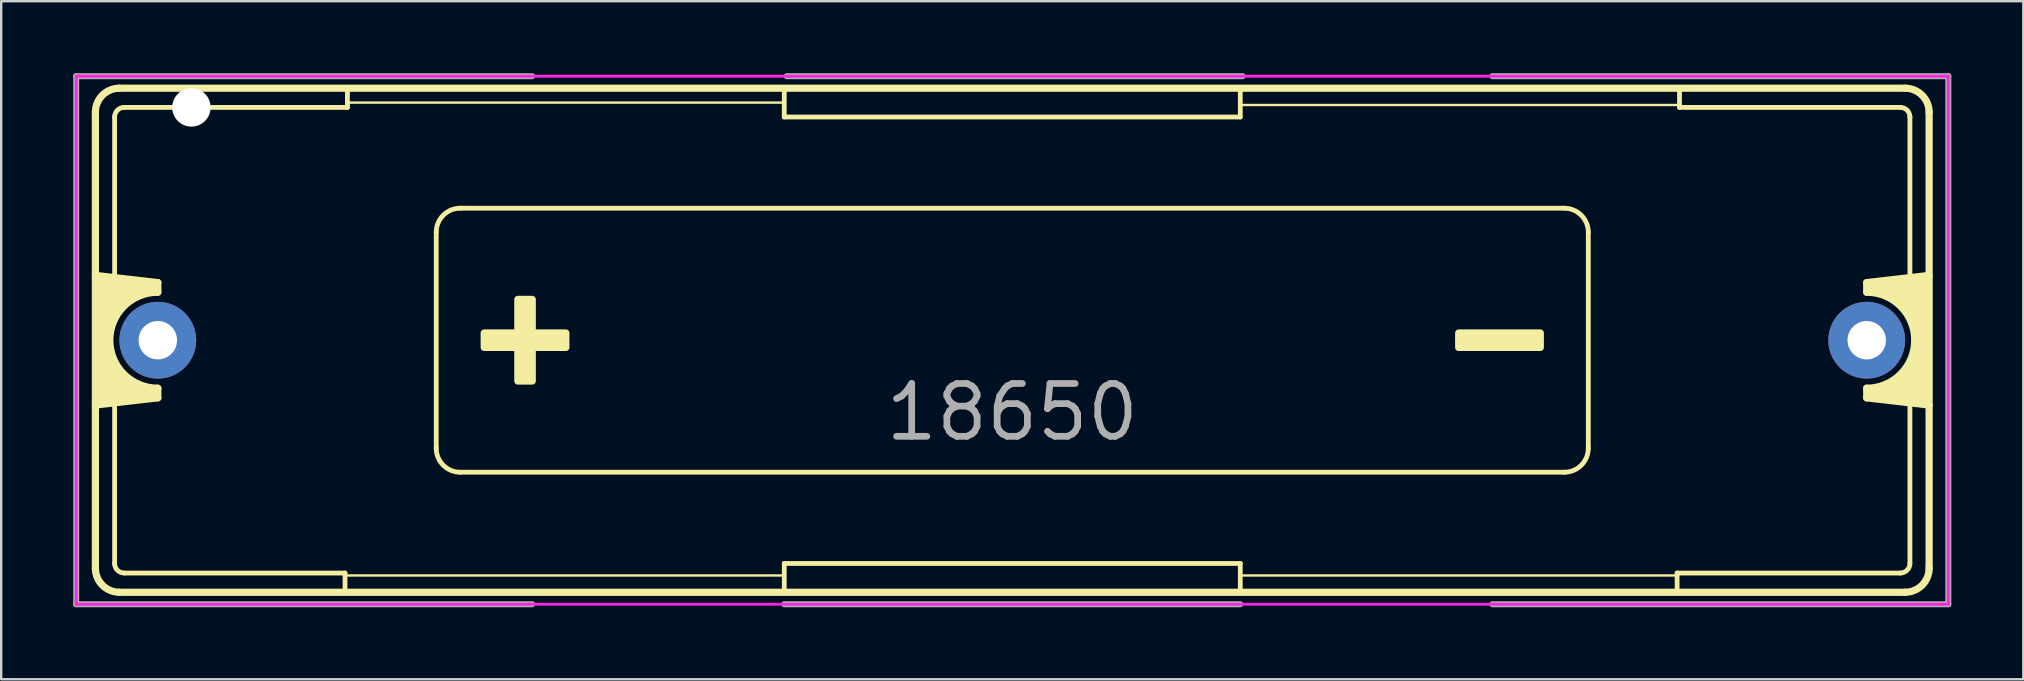
<source format=kicad_pcb>
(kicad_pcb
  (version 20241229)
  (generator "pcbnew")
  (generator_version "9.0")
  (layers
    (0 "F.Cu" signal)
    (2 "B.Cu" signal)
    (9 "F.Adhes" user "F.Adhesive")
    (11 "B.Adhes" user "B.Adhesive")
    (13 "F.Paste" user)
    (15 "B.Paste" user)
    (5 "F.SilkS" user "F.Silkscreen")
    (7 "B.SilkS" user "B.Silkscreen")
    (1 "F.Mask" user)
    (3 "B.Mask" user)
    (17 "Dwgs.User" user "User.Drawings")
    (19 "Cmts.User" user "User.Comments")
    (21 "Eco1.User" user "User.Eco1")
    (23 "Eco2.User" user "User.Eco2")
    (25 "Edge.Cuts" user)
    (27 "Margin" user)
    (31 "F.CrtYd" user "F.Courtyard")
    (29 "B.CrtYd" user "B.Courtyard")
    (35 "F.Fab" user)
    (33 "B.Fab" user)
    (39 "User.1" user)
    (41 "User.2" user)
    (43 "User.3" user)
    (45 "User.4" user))
  (footprint "18650"
    (layer "F.Cu")
    (at 39.125 11.125)
    (property "Reference" "18650" (at 0 3 0) (layer "F.Fab") (effects (font (size 2.2 2.2) (thickness 0.28))))
    (attr through_hole)
    (fp_line (start -38.2 9.5) (end -38.2 -9.5) (stroke (width 0.3) (type solid)) (layer "F.SilkS"))
    (fp_line (start -37.4 -9.3) (end -37.4 -2.4) (stroke (width 0.2) (type solid)) (layer "F.SilkS"))
    (fp_line (start -37.4 9.3) (end -37.4 2.4) (stroke (width 0.2) (type solid)) (layer "F.SilkS"))
    (fp_line (start -37.2 10.5) (end 37.2 10.5) (stroke (width 0.3) (type solid)) (layer "F.SilkS"))
    (fp_line (start -37 -9.7) (end -27.7 -9.7) (stroke (width 0.2) (type solid)) (layer "F.SilkS"))
    (fp_line (start -37 9.7) (end -27.8 9.7) (stroke (width 0.2) (type solid)) (layer "F.SilkS"))
    (fp_line (start -35.6 -2.4) (end -38.2 -2.7) (stroke (width 0.3) (type solid)) (layer "F.SilkS"))
    (fp_line (start -35.6 -2.4) (end -35.6 -2) (stroke (width 0.3) (type solid)) (layer "F.SilkS"))
    (fp_line (start -35.6 2.4) (end -38.2 2.7) (stroke (width 0.3) (type solid)) (layer "F.SilkS"))
    (fp_line (start -35.6 2.4) (end -35.6 2) (stroke (width 0.3) (type solid)) (layer "F.SilkS"))
    (fp_line (start -27.8 9.8) (end -9.5 9.8) (stroke (width 0.1) (type solid)) (layer "F.SilkS"))
    (fp_line (start -27.8 10.5) (end -27.8 9.7) (stroke (width 0.2) (type solid)) (layer "F.SilkS"))
    (fp_line (start -27.7 -10.5) (end -27.7 -9.8) (stroke (width 0.2) (type solid)) (layer "F.SilkS"))
    (fp_line (start -27.7 -9.9) (end -9.5 -9.9) (stroke (width 0.1) (type solid)) (layer "F.SilkS"))
    (fp_line (start -27.7 -9.8) (end -27.7 -9.7) (stroke (width 0.2) (type solid)) (layer "F.SilkS"))
    (fp_line (start -24 -4.5) (end -24 4.5) (stroke (width 0.2) (type solid)) (layer "F.SilkS"))
    (fp_line (start -23 5.5) (end 23 5.5) (stroke (width 0.2) (type solid)) (layer "F.SilkS"))
    (fp_line (start -9.5 -10.5) (end -9.5 -9.3) (stroke (width 0.2) (type solid)) (layer "F.SilkS"))
    (fp_line (start -9.5 -9.3) (end 9.5 -9.3) (stroke (width 0.2) (type solid)) (layer "F.SilkS"))
    (fp_line (start -9.5 9.3) (end 9.5 9.3) (stroke (width 0.2) (type solid)) (layer "F.SilkS"))
    (fp_line (start -9.5 10.5) (end -9.5 9.3) (stroke (width 0.2) (type solid)) (layer "F.SilkS"))
    (fp_line (start 9.5 -9.8) (end 27.8 -9.8) (stroke (width 0.1) (type solid)) (layer "F.SilkS"))
    (fp_line (start 9.5 -9.3) (end 9.5 -10.5) (stroke (width 0.2) (type solid)) (layer "F.SilkS"))
    (fp_line (start 9.5 9.3) (end 9.5 10.5) (stroke (width 0.2) (type solid)) (layer "F.SilkS"))
    (fp_line (start 23 -5.5) (end -23 -5.5) (stroke (width 0.2) (type solid)) (layer "F.SilkS"))
    (fp_line (start 24 4.5) (end 24 -4.5) (stroke (width 0.2) (type solid)) (layer "F.SilkS"))
    (fp_line (start 27.7 9.7) (end 27.7 10.5) (stroke (width 0.2) (type solid)) (layer "F.SilkS"))
    (fp_line (start 27.7 9.7) (end 37 9.7) (stroke (width 0.2) (type solid)) (layer "F.SilkS"))
    (fp_line (start 27.7 9.8) (end 9.5 9.8) (stroke (width 0.1) (type solid)) (layer "F.SilkS"))
    (fp_line (start 27.8 -9.7) (end 27.8 -10.5) (stroke (width 0.2) (type solid)) (layer "F.SilkS"))
    (fp_line (start 35.6 -2.4) (end 35.6 -2) (stroke (width 0.3) (type solid)) (layer "F.SilkS"))
    (fp_line (start 35.6 -2.4) (end 38.2 -2.7) (stroke (width 0.3) (type solid)) (layer "F.SilkS"))
    (fp_line (start 35.6 2.4) (end 35.6 2) (stroke (width 0.3) (type solid)) (layer "F.SilkS"))
    (fp_line (start 35.6 2.4) (end 38.2 2.7) (stroke (width 0.3) (type solid)) (layer "F.SilkS"))
    (fp_line (start 37 -9.7) (end 27.8 -9.7) (stroke (width 0.2) (type solid)) (layer "F.SilkS"))
    (fp_line (start 37.2 -10.5) (end -37.2 -10.5) (stroke (width 0.3) (type solid)) (layer "F.SilkS"))
    (fp_line (start 37.4 -9.3) (end 37.4 -2.4) (stroke (width 0.2) (type solid)) (layer "F.SilkS"))
    (fp_line (start 37.4 9.3) (end 37.4 2.4) (stroke (width 0.2) (type solid)) (layer "F.SilkS"))
    (fp_line (start 38.2 -9.5) (end 38.2 9.5) (stroke (width 0.3) (type solid)) (layer "F.SilkS"))
    (fp_arc (start -38.2 -9.5) (mid -37.907107 -10.207107) (end -37.2 -10.5) (stroke (width 0.3) (type solid)) (layer "F.SilkS"))
    (fp_arc (start -37.4 -9.3) (mid -37.282843 -9.582843) (end -37 -9.7) (stroke (width 0.2) (type solid)) (layer "F.SilkS"))
    (fp_arc (start -37.2 10.5) (mid -37.907107 10.207107) (end -38.2 9.5) (stroke (width 0.3) (type solid)) (layer "F.SilkS"))
    (fp_arc (start -37 9.7) (mid -37.282843 9.582843) (end -37.4 9.3) (stroke (width 0.2) (type solid)) (layer "F.SilkS"))
    (fp_arc (start -35.6 2) (mid -37.6 0) (end -35.6 -2) (stroke (width 0.3) (type solid)) (layer "F.SilkS"))
    (fp_arc (start -24 -4.5) (mid -23.707107 -5.207107) (end -23 -5.5) (stroke (width 0.2) (type solid)) (layer "F.SilkS"))
    (fp_arc (start -23 5.5) (mid -23.707107 5.207107) (end -24 4.5) (stroke (width 0.2) (type solid)) (layer "F.SilkS"))
    (fp_arc (start 23 -5.5) (mid 23.707107 -5.207107) (end 24 -4.5) (stroke (width 0.2) (type solid)) (layer "F.SilkS"))
    (fp_arc (start 24 4.5) (mid 23.707107 5.207107) (end 23 5.5) (stroke (width 0.2) (type solid)) (layer "F.SilkS"))
    (fp_arc (start 35.6 -2) (mid 37.6 0) (end 35.6 2) (stroke (width 0.3) (type solid)) (layer "F.SilkS"))
    (fp_arc (start 37 -9.7) (mid 37.282843 -9.582843) (end 37.4 -9.3) (stroke (width 0.2) (type solid)) (layer "F.SilkS"))
    (fp_arc (start 37.2 -10.5) (mid 37.907107 -10.207107) (end 38.2 -9.5) (stroke (width 0.3) (type solid)) (layer "F.SilkS"))
    (fp_arc (start 37.4 9.3) (mid 37.282843 9.582843) (end 37 9.7) (stroke (width 0.2) (type solid)) (layer "F.SilkS"))
    (fp_arc (start 38.2 9.5) (mid 37.907107 10.207107) (end 37.2 10.5) (stroke (width 0.3) (type solid)) (layer "F.SilkS"))
    (fp_poly (pts (xy 18.6 -0.3) (xy 22 -0.3) (xy 22 0.3) (xy 18.6 0.3)) (stroke (width 0.3) (type solid)) (fill yes) (layer "F.SilkS"))
    (fp_poly (pts (xy -38.2 2.7) (xy -35.6 2.4) (xy -35.6 2) (xy -36.7 1.8) (xy -37.5 1) (xy -37.7 0) (xy -37.5 -1) (xy -36.7 -1.8) (xy -35.6 -2.1) (xy -35.6 -2.4) (xy -38.2 -2.7)) (stroke (width 0.1) (type solid)) (fill yes) (layer "F.SilkS"))
    (fp_poly (pts (xy 38.2 -2.7) (xy 35.6 -2.4) (xy 35.6 -2) (xy 36.7 -1.8) (xy 37.5 -1) (xy 37.7 0) (xy 37.5 1) (xy 36.7 1.8) (xy 35.6 2.1) (xy 35.6 2.4) (xy 38.2 2.7)) (stroke (width 0.1) (type solid)) (fill yes) (layer "F.SilkS"))
    (fp_poly (pts (xy -22 -0.3) (xy -22 0.3) (xy -20.6 0.3) (xy -20.6 1.7) (xy -20 1.7) (xy -20 0.3) (xy -18.6 0.3) (xy -18.6 -0.3) (xy -20 -0.3) (xy -20 -1.7) (xy -20.6 -1.7) (xy -20.6 -0.3)) (stroke (width 0.3) (type solid)) (fill yes) (layer "F.SilkS"))
    (fp_line (start -39 11) (end -39 -11) (stroke (width 0.12) (type solid)) (layer "F.CrtYd"))
    (fp_line (start 39 -11) (end -39 -11) (stroke (width 0.12) (type solid)) (layer "F.CrtYd"))
    (fp_line (start 39 11) (end -39 11) (stroke (width 0.12) (type solid)) (layer "F.CrtYd"))
    (fp_line (start 39 11) (end 39 -11) (stroke (width 0.12) (type solid)) (layer "F.CrtYd"))
    (fp_line (start -39 -11) (end -39 11) (stroke (width 0.25) (type solid)) (layer "F.Fab"))
    (fp_line (start -39 -11) (end -20 -11) (stroke (width 0.25) (type solid)) (layer "F.Fab"))
    (fp_line (start -39 11) (end -20 11) (stroke (width 0.25) (type solid)) (layer "F.Fab"))
    (fp_line (start -9.5 11) (end 9.5 11) (stroke (width 0.25) (type solid)) (layer "F.Fab"))
    (fp_line (start -9.4 -11) (end 9.6 -11) (stroke (width 0.25) (type solid)) (layer "F.Fab"))
    (fp_line (start 20 -11) (end 39 -11) (stroke (width 0.25) (type solid)) (layer "F.Fab"))
    (fp_line (start 20 11) (end 39 11) (stroke (width 0.25) (type solid)) (layer "F.Fab"))
    (fp_line (start 39 -11) (end 39 11) (stroke (width 0.25) (type solid)) (layer "F.Fab"))
    (pad "" np_thru_hole circle (at -34.2 -9.7) (size 1.6 1.6) (drill 1.6) (layers "*.Cu" "*.Mask"))
    (pad "1" thru_hole circle (at -35.6 0) (size 3.2 3.2) (drill 1.6) (layers "*.Cu" "*.Mask"))
    (pad "2" thru_hole circle (at 35.6 0) (size 3.2 3.2) (drill 1.6) (layers "*.Cu" "*.Mask")))
  (gr_rect
    (start -3 -3)
    (end 81.25 25.25)
    (stroke (width 0.1) (type default))
    (fill no)
    (layer "Edge.Cuts")))
</source>
